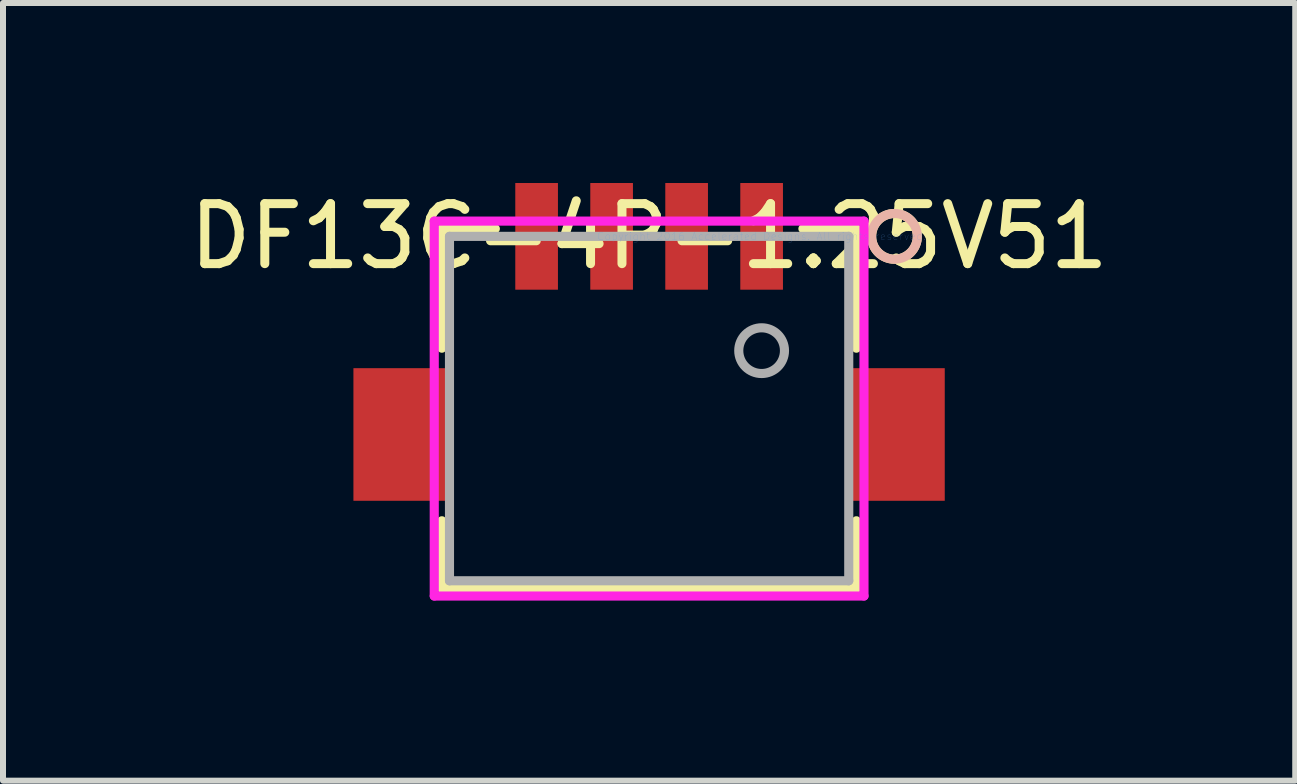
<source format=kicad_pcb>
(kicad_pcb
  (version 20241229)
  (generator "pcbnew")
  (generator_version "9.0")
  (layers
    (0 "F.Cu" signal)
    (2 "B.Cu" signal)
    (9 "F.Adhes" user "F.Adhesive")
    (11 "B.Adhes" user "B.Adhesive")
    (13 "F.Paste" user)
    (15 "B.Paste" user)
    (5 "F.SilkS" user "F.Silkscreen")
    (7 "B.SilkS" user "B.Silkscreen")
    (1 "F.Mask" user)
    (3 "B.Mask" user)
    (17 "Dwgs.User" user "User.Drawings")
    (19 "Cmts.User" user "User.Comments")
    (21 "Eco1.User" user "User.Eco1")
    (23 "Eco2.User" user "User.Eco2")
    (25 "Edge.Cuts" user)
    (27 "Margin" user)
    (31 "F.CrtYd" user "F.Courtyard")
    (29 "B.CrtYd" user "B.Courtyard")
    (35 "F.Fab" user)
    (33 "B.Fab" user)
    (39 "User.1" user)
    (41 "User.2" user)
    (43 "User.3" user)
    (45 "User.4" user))
  (footprint "DF13C-4P-1.25V51"
    (layer "F.Cu")
    (at 9.643 0.889)
    (property "Reference" "DF13C-4P-1.25V51" (at -1.875 0 0) (layer "F.SilkS") (effects (font (size 1 1) (thickness 0.15))))
    (attr through_hole)
    (fp_line (start -5.329 -0.127) (end -5.329 1.864) (stroke (width 0.152) (type solid)) (layer "F.SilkS"))
    (fp_line (start -5.329 4.74) (end -5.329 5.867) (stroke (width 0.152) (type solid)) (layer "F.SilkS"))
    (fp_line (start -5.329 5.867) (end 1.579 5.867) (stroke (width 0.152) (type solid)) (layer "F.SilkS"))
    (fp_line (start -4.438 -0.127) (end -5.329 -0.127) (stroke (width 0.152) (type solid)) (layer "F.SilkS"))
    (fp_line (start 1.579 -0.127) (end 0.688 -0.127) (stroke (width 0.152) (type solid)) (layer "F.SilkS"))
    (fp_line (start 1.579 1.864) (end 1.579 -0.127) (stroke (width 0.152) (type solid)) (layer "F.SilkS"))
    (fp_line (start 1.579 5.867) (end 1.579 4.74) (stroke (width 0.152) (type solid)) (layer "F.SilkS"))
    (fp_circle (center 2.214 0) (end 2.595 0) (stroke (width 0.152) (type solid)) (fill no) (layer "F.SilkS"))
    (fp_circle (center 2.214 0) (end 2.595 0) (stroke (width 0.152) (type solid)) (fill no) (layer "B.SilkS"))
    (fp_line (start -5.456 -0.254) (end -5.456 5.994) (stroke (width 0.152) (type solid)) (layer "F.CrtYd"))
    (fp_line (start -5.456 5.994) (end 1.706 5.994) (stroke (width 0.152) (type solid)) (layer "F.CrtYd"))
    (fp_line (start 1.706 -0.254) (end -5.456 -0.254) (stroke (width 0.152) (type solid)) (layer "F.CrtYd"))
    (fp_line (start 1.706 5.994) (end 1.706 -0.254) (stroke (width 0.152) (type solid)) (layer "F.CrtYd"))
    (fp_line (start -5.202 0) (end -5.202 5.74) (stroke (width 0.152) (type solid)) (layer "F.Fab"))
    (fp_line (start -5.202 5.74) (end 1.452 5.74) (stroke (width 0.152) (type solid)) (layer "F.Fab"))
    (fp_line (start 1.452 0) (end -5.202 0) (stroke (width 0.152) (type solid)) (layer "F.Fab"))
    (fp_line (start 1.452 5.74) (end 1.452 0) (stroke (width 0.152) (type solid)) (layer "F.Fab"))
    (fp_circle (center 0 1.905) (end 0.381 1.905) (stroke (width 0.152) (type solid)) (fill no) (layer "F.Fab"))
    (fp_text user "Copyright 2016 Accelerated Designs. All rights reserved." (at 0 0 0) (layer "Cmts.User") (effects (font (size 0.127 0.127) (thickness 0.002))))
    (pad "1" smd rect (at 0 0) (size 0.711 1.778) (layers "F.Cu" "F.Mask" "F.Paste"))
    (pad "2" smd rect (at -1.25 0) (size 0.711 1.778) (layers "F.Cu" "F.Mask" "F.Paste"))
    (pad "3" smd rect (at -2.5 0) (size 0.711 1.778) (layers "F.Cu" "F.Mask" "F.Paste"))
    (pad "4" smd rect (at -3.75 0) (size 0.711 1.778) (layers "F.Cu" "F.Mask" "F.Paste"))
    (pad "5" smd rect (at -6.003 3.302) (size 1.6 2.21) (layers "F.Cu" "F.Mask" "F.Paste"))
    (pad "6" smd rect (at 2.252 3.302) (size 1.6 2.21) (layers "F.Cu" "F.Mask" "F.Paste")))
  (gr_rect
    (start -3 -3)
    (end 18.536 9.96)
    (stroke (width 0.1) (type default))
    (fill no)
    (layer "Edge.Cuts")))
</source>
